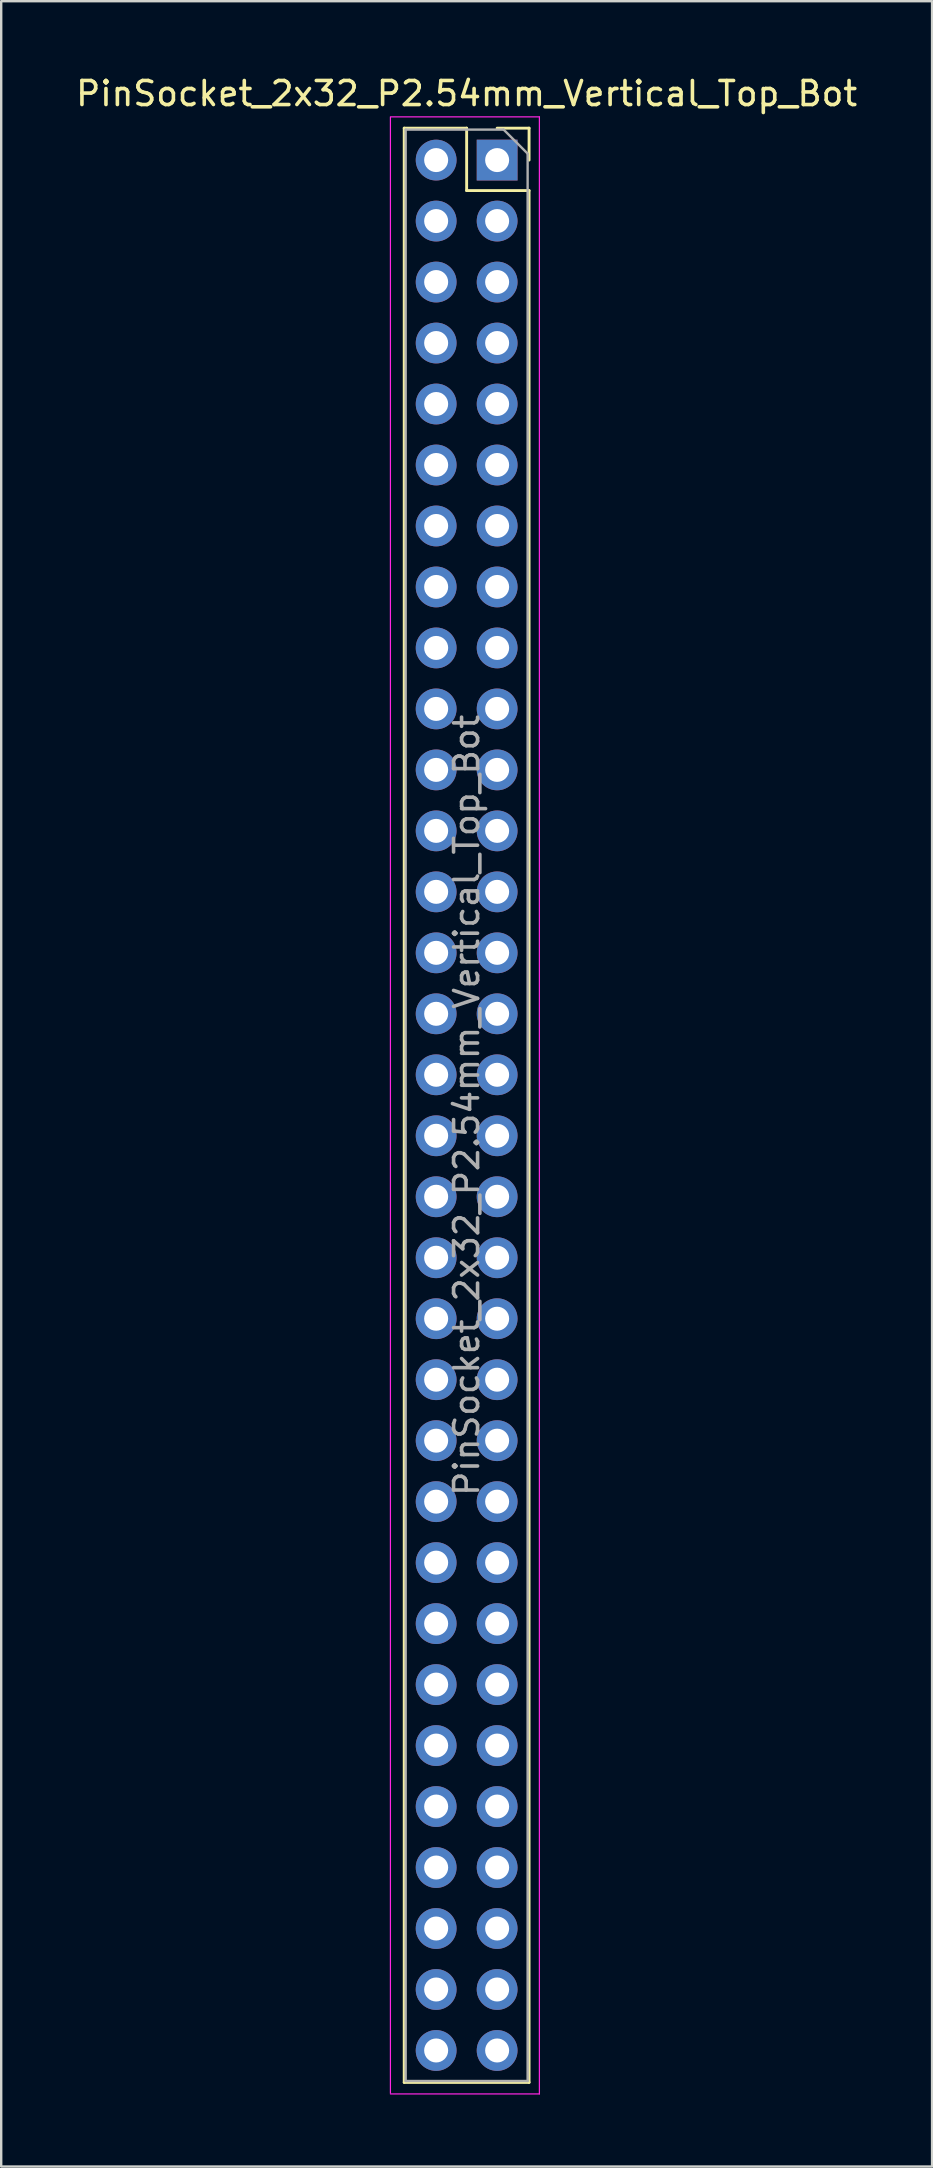
<source format=kicad_pcb>
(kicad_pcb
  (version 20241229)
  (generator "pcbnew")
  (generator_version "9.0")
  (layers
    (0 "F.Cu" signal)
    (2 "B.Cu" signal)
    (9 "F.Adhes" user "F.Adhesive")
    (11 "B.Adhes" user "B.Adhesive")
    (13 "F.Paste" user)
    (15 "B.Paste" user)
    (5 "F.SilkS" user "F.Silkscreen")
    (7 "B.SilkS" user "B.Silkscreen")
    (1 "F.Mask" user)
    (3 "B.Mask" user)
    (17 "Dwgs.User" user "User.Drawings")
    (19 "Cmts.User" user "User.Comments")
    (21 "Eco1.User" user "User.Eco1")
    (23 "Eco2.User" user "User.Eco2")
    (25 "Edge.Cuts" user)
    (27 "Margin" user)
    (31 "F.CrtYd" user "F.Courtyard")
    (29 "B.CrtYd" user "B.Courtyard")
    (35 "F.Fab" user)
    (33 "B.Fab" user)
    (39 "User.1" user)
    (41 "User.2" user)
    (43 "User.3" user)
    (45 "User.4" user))
  (footprint "PinSocket_2x32_P2.54mm_Vertical_Top_Bot"
    (layer "F.Cu")
    (at 17.657 3.618)
    (property "Reference" "PinSocket_2x32_P2.54mm_Vertical_Top_Bot" (at -1.27 -2.77 0) (layer "F.SilkS") (effects (font (size 1 1) (thickness 0.15))))
    (attr through_hole)
    (fp_line (start -3.87 -1.33) (end -3.87 80.07) (stroke (width 0.12) (type solid)) (layer "F.SilkS"))
    (fp_line (start -3.87 -1.33) (end -1.27 -1.33) (stroke (width 0.12) (type solid)) (layer "F.SilkS"))
    (fp_line (start -3.87 80.07) (end 1.33 80.07) (stroke (width 0.12) (type solid)) (layer "F.SilkS"))
    (fp_line (start -1.27 -1.33) (end -1.27 1.27) (stroke (width 0.12) (type solid)) (layer "F.SilkS"))
    (fp_line (start -1.27 1.27) (end 1.33 1.27) (stroke (width 0.12) (type solid)) (layer "F.SilkS"))
    (fp_line (start 0 -1.33) (end 1.33 -1.33) (stroke (width 0.12) (type solid)) (layer "F.SilkS"))
    (fp_line (start 1.33 -1.33) (end 1.33 0) (stroke (width 0.12) (type solid)) (layer "F.SilkS"))
    (fp_line (start 1.33 1.27) (end 1.33 80.07) (stroke (width 0.12) (type solid)) (layer "F.SilkS"))
    (fp_line (start -4.445 -1.8) (end 1.76 -1.8) (stroke (width 0.05) (type solid)) (layer "F.CrtYd"))
    (fp_line (start -4.445 80.518) (end -4.445 -1.778) (stroke (width 0.05) (type solid)) (layer "F.CrtYd"))
    (fp_line (start 1.76 -1.8) (end 1.76 80.55) (stroke (width 0.05) (type solid)) (layer "F.CrtYd"))
    (fp_line (start 1.76 80.55) (end -4.445 80.55) (stroke (width 0.05) (type solid)) (layer "F.CrtYd"))
    (fp_line (start -3.81 -1.27) (end 0.27 -1.27) (stroke (width 0.1) (type solid)) (layer "F.Fab"))
    (fp_line (start -3.81 80.01) (end -3.81 -1.27) (stroke (width 0.1) (type solid)) (layer "F.Fab"))
    (fp_line (start 0.27 -1.27) (end 1.27 -0.27) (stroke (width 0.1) (type solid)) (layer "F.Fab"))
    (fp_line (start 1.27 -0.27) (end 1.27 80.01) (stroke (width 0.1) (type solid)) (layer "F.Fab"))
    (fp_line (start 1.27 80.01) (end -3.81 80.01) (stroke (width 0.1) (type solid)) (layer "F.Fab"))
    (fp_text user "${REFERENCE}" (at -1.27 39.37 90) (layer "F.Fab") (effects (font (size 1 1) (thickness 0.15))))
    (pad "1" thru_hole oval (at -2.54 0) (size 1.7 1.7) (drill 1) (layers "*.Cu" "*.Mask"))
    (pad "2" thru_hole oval (at -2.54 2.54) (size 1.7 1.7) (drill 1) (layers "*.Cu" "*.Mask"))
    (pad "3" thru_hole oval (at -2.54 5.08) (size 1.7 1.7) (drill 1) (layers "*.Cu" "*.Mask"))
    (pad "4" thru_hole oval (at -2.54 7.62) (size 1.7 1.7) (drill 1) (layers "*.Cu" "*.Mask"))
    (pad "5" thru_hole oval (at -2.54 10.16) (size 1.7 1.7) (drill 1) (layers "*.Cu" "*.Mask"))
    (pad "6" thru_hole oval (at -2.54 12.7) (size 1.7 1.7) (drill 1) (layers "*.Cu" "*.Mask"))
    (pad "7" thru_hole oval (at -2.54 15.24) (size 1.7 1.7) (drill 1) (layers "*.Cu" "*.Mask"))
    (pad "8" thru_hole oval (at -2.54 17.78) (size 1.7 1.7) (drill 1) (layers "*.Cu" "*.Mask"))
    (pad "9" thru_hole oval (at -2.54 20.32) (size 1.7 1.7) (drill 1) (layers "*.Cu" "*.Mask"))
    (pad "10" thru_hole oval (at -2.54 22.86) (size 1.7 1.7) (drill 1) (layers "*.Cu" "*.Mask"))
    (pad "11" thru_hole oval (at -2.54 25.4) (size 1.7 1.7) (drill 1) (layers "*.Cu" "*.Mask"))
    (pad "12" thru_hole oval (at -2.54 27.94) (size 1.7 1.7) (drill 1) (layers "*.Cu" "*.Mask"))
    (pad "13" thru_hole oval (at -2.54 30.48) (size 1.7 1.7) (drill 1) (layers "*.Cu" "*.Mask"))
    (pad "14" thru_hole oval (at -2.54 33.02) (size 1.7 1.7) (drill 1) (layers "*.Cu" "*.Mask"))
    (pad "15" thru_hole oval (at -2.54 35.56) (size 1.7 1.7) (drill 1) (layers "*.Cu" "*.Mask"))
    (pad "16" thru_hole oval (at -2.54 38.1) (size 1.7 1.7) (drill 1) (layers "*.Cu" "*.Mask"))
    (pad "17" thru_hole oval (at -2.54 40.64) (size 1.7 1.7) (drill 1) (layers "*.Cu" "*.Mask"))
    (pad "18" thru_hole oval (at -2.54 43.18) (size 1.7 1.7) (drill 1) (layers "*.Cu" "*.Mask"))
    (pad "19" thru_hole oval (at -2.54 45.72) (size 1.7 1.7) (drill 1) (layers "*.Cu" "*.Mask"))
    (pad "20" thru_hole oval (at -2.54 48.26) (size 1.7 1.7) (drill 1) (layers "*.Cu" "*.Mask"))
    (pad "21" thru_hole oval (at -2.54 50.8) (size 1.7 1.7) (drill 1) (layers "*.Cu" "*.Mask"))
    (pad "22" thru_hole oval (at -2.54 53.34) (size 1.7 1.7) (drill 1) (layers "*.Cu" "*.Mask"))
    (pad "23" thru_hole oval (at -2.54 55.88) (size 1.7 1.7) (drill 1) (layers "*.Cu" "*.Mask"))
    (pad "24" thru_hole oval (at -2.54 58.42) (size 1.7 1.7) (drill 1) (layers "*.Cu" "*.Mask"))
    (pad "25" thru_hole oval (at -2.54 60.96) (size 1.7 1.7) (drill 1) (layers "*.Cu" "*.Mask"))
    (pad "26" thru_hole oval (at -2.54 63.5) (size 1.7 1.7) (drill 1) (layers "*.Cu" "*.Mask"))
    (pad "27" thru_hole oval (at -2.54 66.04) (size 1.7 1.7) (drill 1) (layers "*.Cu" "*.Mask"))
    (pad "28" thru_hole oval (at -2.54 68.58) (size 1.7 1.7) (drill 1) (layers "*.Cu" "*.Mask"))
    (pad "29" thru_hole oval (at -2.54 71.12) (size 1.7 1.7) (drill 1) (layers "*.Cu" "*.Mask"))
    (pad "30" thru_hole oval (at -2.54 73.66) (size 1.7 1.7) (drill 1) (layers "*.Cu" "*.Mask"))
    (pad "31" thru_hole oval (at -2.54 76.2) (size 1.7 1.7) (drill 1) (layers "*.Cu" "*.Mask"))
    (pad "32" thru_hole oval (at -2.54 78.74) (size 1.7 1.7) (drill 1) (layers "*.Cu" "*.Mask"))
    (pad "33" thru_hole rect (at 0 0) (size 1.7 1.7) (drill 1) (layers "*.Cu" "*.Mask"))
    (pad "34" thru_hole oval (at 0 2.54) (size 1.7 1.7) (drill 1) (layers "*.Cu" "*.Mask"))
    (pad "35" thru_hole oval (at 0 5.08) (size 1.7 1.7) (drill 1) (layers "*.Cu" "*.Mask"))
    (pad "36" thru_hole oval (at 0 7.62) (size 1.7 1.7) (drill 1) (layers "*.Cu" "*.Mask"))
    (pad "37" thru_hole oval (at 0 10.16) (size 1.7 1.7) (drill 1) (layers "*.Cu" "*.Mask"))
    (pad "38" thru_hole oval (at 0 12.7) (size 1.7 1.7) (drill 1) (layers "*.Cu" "*.Mask"))
    (pad "39" thru_hole oval (at 0 15.24) (size 1.7 1.7) (drill 1) (layers "*.Cu" "*.Mask"))
    (pad "40" thru_hole oval (at 0 17.78) (size 1.7 1.7) (drill 1) (layers "*.Cu" "*.Mask"))
    (pad "41" thru_hole oval (at 0 20.32) (size 1.7 1.7) (drill 1) (layers "*.Cu" "*.Mask"))
    (pad "42" thru_hole oval (at 0 22.86) (size 1.7 1.7) (drill 1) (layers "*.Cu" "*.Mask"))
    (pad "43" thru_hole oval (at 0 25.4) (size 1.7 1.7) (drill 1) (layers "*.Cu" "*.Mask"))
    (pad "44" thru_hole oval (at 0 27.94) (size 1.7 1.7) (drill 1) (layers "*.Cu" "*.Mask"))
    (pad "45" thru_hole oval (at 0 30.48) (size 1.7 1.7) (drill 1) (layers "*.Cu" "*.Mask"))
    (pad "46" thru_hole oval (at 0 33.02) (size 1.7 1.7) (drill 1) (layers "*.Cu" "*.Mask"))
    (pad "47" thru_hole oval (at 0 35.56) (size 1.7 1.7) (drill 1) (layers "*.Cu" "*.Mask"))
    (pad "48" thru_hole oval (at 0 38.1) (size 1.7 1.7) (drill 1) (layers "*.Cu" "*.Mask"))
    (pad "49" thru_hole oval (at 0 40.64) (size 1.7 1.7) (drill 1) (layers "*.Cu" "*.Mask"))
    (pad "50" thru_hole oval (at 0 43.18) (size 1.7 1.7) (drill 1) (layers "*.Cu" "*.Mask"))
    (pad "51" thru_hole oval (at 0 45.72) (size 1.7 1.7) (drill 1) (layers "*.Cu" "*.Mask"))
    (pad "52" thru_hole oval (at 0 48.26) (size 1.7 1.7) (drill 1) (layers "*.Cu" "*.Mask"))
    (pad "53" thru_hole oval (at 0 50.8) (size 1.7 1.7) (drill 1) (layers "*.Cu" "*.Mask"))
    (pad "54" thru_hole oval (at 0 53.34) (size 1.7 1.7) (drill 1) (layers "*.Cu" "*.Mask"))
    (pad "55" thru_hole oval (at 0 55.88) (size 1.7 1.7) (drill 1) (layers "*.Cu" "*.Mask"))
    (pad "56" thru_hole oval (at 0 58.42) (size 1.7 1.7) (drill 1) (layers "*.Cu" "*.Mask"))
    (pad "57" thru_hole oval (at 0 60.96) (size 1.7 1.7) (drill 1) (layers "*.Cu" "*.Mask"))
    (pad "58" thru_hole oval (at 0 63.5) (size 1.7 1.7) (drill 1) (layers "*.Cu" "*.Mask"))
    (pad "59" thru_hole oval (at 0 66.04) (size 1.7 1.7) (drill 1) (layers "*.Cu" "*.Mask"))
    (pad "60" thru_hole oval (at 0 68.58) (size 1.7 1.7) (drill 1) (layers "*.Cu" "*.Mask"))
    (pad "61" thru_hole oval (at 0 71.12) (size 1.7 1.7) (drill 1) (layers "*.Cu" "*.Mask"))
    (pad "62" thru_hole oval (at 0 73.66) (size 1.7 1.7) (drill 1) (layers "*.Cu" "*.Mask"))
    (pad "63" thru_hole oval (at 0 76.2) (size 1.7 1.7) (drill 1) (layers "*.Cu" "*.Mask"))
    (pad "64" thru_hole oval (at 0 78.74) (size 1.7 1.7) (drill 1) (layers "*.Cu" "*.Mask")))
  (gr_rect
    (start -3 -3)
    (end 35.774 87.193)
    (stroke (width 0.1) (type default))
    (fill no)
    (layer "Edge.Cuts")))
</source>
